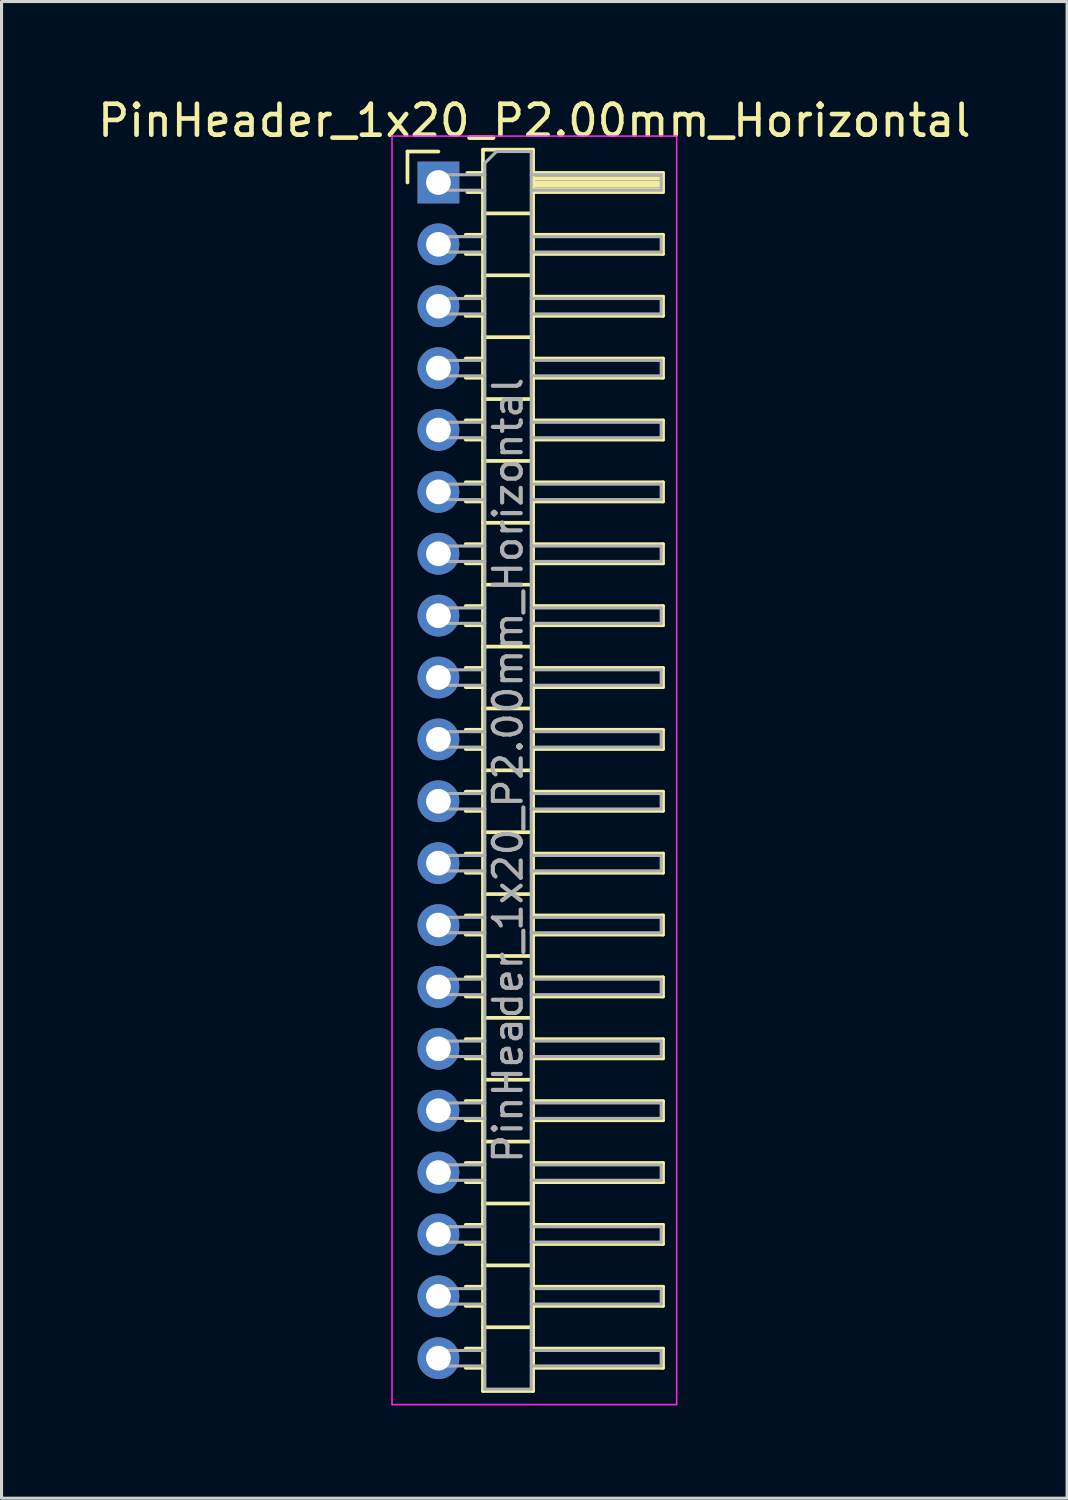
<source format=kicad_pcb>
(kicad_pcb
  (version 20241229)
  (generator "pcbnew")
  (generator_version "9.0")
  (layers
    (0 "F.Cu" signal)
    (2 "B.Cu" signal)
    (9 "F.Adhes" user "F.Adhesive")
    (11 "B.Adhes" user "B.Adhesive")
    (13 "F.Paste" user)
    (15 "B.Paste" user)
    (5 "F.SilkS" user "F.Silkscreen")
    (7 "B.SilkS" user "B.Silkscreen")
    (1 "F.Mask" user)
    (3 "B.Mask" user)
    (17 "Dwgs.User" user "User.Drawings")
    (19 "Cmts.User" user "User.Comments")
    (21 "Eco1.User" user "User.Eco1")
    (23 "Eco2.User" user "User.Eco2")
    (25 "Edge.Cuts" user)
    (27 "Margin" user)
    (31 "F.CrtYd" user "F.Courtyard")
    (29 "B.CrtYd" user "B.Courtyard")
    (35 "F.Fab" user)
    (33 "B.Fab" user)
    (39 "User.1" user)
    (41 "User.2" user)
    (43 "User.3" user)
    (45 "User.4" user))
  (footprint "PinHeader_1x20_P2.00mm_Horizontal"
    (layer "F.Cu")
    (at 11.12 2.848)
    (property "Reference" "PinHeader_1x20_P2.00mm_Horizontal" (at 3.1 -2 0) (layer "F.SilkS") (effects (font (size 1 1) (thickness 0.15))))
    (attr through_hole)
    (fp_line (start -1 -1) (end 0 -1) (stroke (width 0.12) (type solid)) (layer "F.SilkS"))
    (fp_line (start -1 0) (end -1 -1) (stroke (width 0.12) (type solid)) (layer "F.SilkS"))
    (fp_line (start 0.882 1.69) (end 1.44 1.69) (stroke (width 0.12) (type solid)) (layer "F.SilkS"))
    (fp_line (start 0.882 2.31) (end 1.44 2.31) (stroke (width 0.12) (type solid)) (layer "F.SilkS"))
    (fp_line (start 0.882 3.69) (end 1.44 3.69) (stroke (width 0.12) (type solid)) (layer "F.SilkS"))
    (fp_line (start 0.882 4.31) (end 1.44 4.31) (stroke (width 0.12) (type solid)) (layer "F.SilkS"))
    (fp_line (start 0.882 5.69) (end 1.44 5.69) (stroke (width 0.12) (type solid)) (layer "F.SilkS"))
    (fp_line (start 0.882 6.31) (end 1.44 6.31) (stroke (width 0.12) (type solid)) (layer "F.SilkS"))
    (fp_line (start 0.882 7.69) (end 1.44 7.69) (stroke (width 0.12) (type solid)) (layer "F.SilkS"))
    (fp_line (start 0.882 8.31) (end 1.44 8.31) (stroke (width 0.12) (type solid)) (layer "F.SilkS"))
    (fp_line (start 0.882 9.69) (end 1.44 9.69) (stroke (width 0.12) (type solid)) (layer "F.SilkS"))
    (fp_line (start 0.882 10.31) (end 1.44 10.31) (stroke (width 0.12) (type solid)) (layer "F.SilkS"))
    (fp_line (start 0.882 11.69) (end 1.44 11.69) (stroke (width 0.12) (type solid)) (layer "F.SilkS"))
    (fp_line (start 0.882 12.31) (end 1.44 12.31) (stroke (width 0.12) (type solid)) (layer "F.SilkS"))
    (fp_line (start 0.882 13.69) (end 1.44 13.69) (stroke (width 0.12) (type solid)) (layer "F.SilkS"))
    (fp_line (start 0.882 14.31) (end 1.44 14.31) (stroke (width 0.12) (type solid)) (layer "F.SilkS"))
    (fp_line (start 0.882 15.69) (end 1.44 15.69) (stroke (width 0.12) (type solid)) (layer "F.SilkS"))
    (fp_line (start 0.882 16.31) (end 1.44 16.31) (stroke (width 0.12) (type solid)) (layer "F.SilkS"))
    (fp_line (start 0.882 17.69) (end 1.44 17.69) (stroke (width 0.12) (type solid)) (layer "F.SilkS"))
    (fp_line (start 0.882 18.31) (end 1.44 18.31) (stroke (width 0.12) (type solid)) (layer "F.SilkS"))
    (fp_line (start 0.882 19.69) (end 1.44 19.69) (stroke (width 0.12) (type solid)) (layer "F.SilkS"))
    (fp_line (start 0.882 20.31) (end 1.44 20.31) (stroke (width 0.12) (type solid)) (layer "F.SilkS"))
    (fp_line (start 0.882 21.69) (end 1.44 21.69) (stroke (width 0.12) (type solid)) (layer "F.SilkS"))
    (fp_line (start 0.882 22.31) (end 1.44 22.31) (stroke (width 0.12) (type solid)) (layer "F.SilkS"))
    (fp_line (start 0.882 23.69) (end 1.44 23.69) (stroke (width 0.12) (type solid)) (layer "F.SilkS"))
    (fp_line (start 0.882 24.31) (end 1.44 24.31) (stroke (width 0.12) (type solid)) (layer "F.SilkS"))
    (fp_line (start 0.882 25.69) (end 1.44 25.69) (stroke (width 0.12) (type solid)) (layer "F.SilkS"))
    (fp_line (start 0.882 26.31) (end 1.44 26.31) (stroke (width 0.12) (type solid)) (layer "F.SilkS"))
    (fp_line (start 0.882 27.69) (end 1.44 27.69) (stroke (width 0.12) (type solid)) (layer "F.SilkS"))
    (fp_line (start 0.882 28.31) (end 1.44 28.31) (stroke (width 0.12) (type solid)) (layer "F.SilkS"))
    (fp_line (start 0.882 29.69) (end 1.44 29.69) (stroke (width 0.12) (type solid)) (layer "F.SilkS"))
    (fp_line (start 0.882 30.31) (end 1.44 30.31) (stroke (width 0.12) (type solid)) (layer "F.SilkS"))
    (fp_line (start 0.882 31.69) (end 1.44 31.69) (stroke (width 0.12) (type solid)) (layer "F.SilkS"))
    (fp_line (start 0.882 32.31) (end 1.44 32.31) (stroke (width 0.12) (type solid)) (layer "F.SilkS"))
    (fp_line (start 0.882 33.69) (end 1.44 33.69) (stroke (width 0.12) (type solid)) (layer "F.SilkS"))
    (fp_line (start 0.882 34.31) (end 1.44 34.31) (stroke (width 0.12) (type solid)) (layer "F.SilkS"))
    (fp_line (start 0.882 35.69) (end 1.44 35.69) (stroke (width 0.12) (type solid)) (layer "F.SilkS"))
    (fp_line (start 0.882 36.31) (end 1.44 36.31) (stroke (width 0.12) (type solid)) (layer "F.SilkS"))
    (fp_line (start 0.882 37.69) (end 1.44 37.69) (stroke (width 0.12) (type solid)) (layer "F.SilkS"))
    (fp_line (start 0.882 38.31) (end 1.44 38.31) (stroke (width 0.12) (type solid)) (layer "F.SilkS"))
    (fp_line (start 0.935 -0.31) (end 1.44 -0.31) (stroke (width 0.12) (type solid)) (layer "F.SilkS"))
    (fp_line (start 0.935 0.31) (end 1.44 0.31) (stroke (width 0.12) (type solid)) (layer "F.SilkS"))
    (fp_line (start 1.44 -1.06) (end 1.44 39.06) (stroke (width 0.12) (type solid)) (layer "F.SilkS"))
    (fp_line (start 1.44 1) (end 3.06 1) (stroke (width 0.12) (type solid)) (layer "F.SilkS"))
    (fp_line (start 1.44 3) (end 3.06 3) (stroke (width 0.12) (type solid)) (layer "F.SilkS"))
    (fp_line (start 1.44 5) (end 3.06 5) (stroke (width 0.12) (type solid)) (layer "F.SilkS"))
    (fp_line (start 1.44 7) (end 3.06 7) (stroke (width 0.12) (type solid)) (layer "F.SilkS"))
    (fp_line (start 1.44 9) (end 3.06 9) (stroke (width 0.12) (type solid)) (layer "F.SilkS"))
    (fp_line (start 1.44 11) (end 3.06 11) (stroke (width 0.12) (type solid)) (layer "F.SilkS"))
    (fp_line (start 1.44 13) (end 3.06 13) (stroke (width 0.12) (type solid)) (layer "F.SilkS"))
    (fp_line (start 1.44 15) (end 3.06 15) (stroke (width 0.12) (type solid)) (layer "F.SilkS"))
    (fp_line (start 1.44 17) (end 3.06 17) (stroke (width 0.12) (type solid)) (layer "F.SilkS"))
    (fp_line (start 1.44 19) (end 3.06 19) (stroke (width 0.12) (type solid)) (layer "F.SilkS"))
    (fp_line (start 1.44 21) (end 3.06 21) (stroke (width 0.12) (type solid)) (layer "F.SilkS"))
    (fp_line (start 1.44 23) (end 3.06 23) (stroke (width 0.12) (type solid)) (layer "F.SilkS"))
    (fp_line (start 1.44 25) (end 3.06 25) (stroke (width 0.12) (type solid)) (layer "F.SilkS"))
    (fp_line (start 1.44 27) (end 3.06 27) (stroke (width 0.12) (type solid)) (layer "F.SilkS"))
    (fp_line (start 1.44 29) (end 3.06 29) (stroke (width 0.12) (type solid)) (layer "F.SilkS"))
    (fp_line (start 1.44 31) (end 3.06 31) (stroke (width 0.12) (type solid)) (layer "F.SilkS"))
    (fp_line (start 1.44 33) (end 3.06 33) (stroke (width 0.12) (type solid)) (layer "F.SilkS"))
    (fp_line (start 1.44 35) (end 3.06 35) (stroke (width 0.12) (type solid)) (layer "F.SilkS"))
    (fp_line (start 1.44 37) (end 3.06 37) (stroke (width 0.12) (type solid)) (layer "F.SilkS"))
    (fp_line (start 1.44 39.06) (end 3.06 39.06) (stroke (width 0.12) (type solid)) (layer "F.SilkS"))
    (fp_line (start 3.06 -1.06) (end 1.44 -1.06) (stroke (width 0.12) (type solid)) (layer "F.SilkS"))
    (fp_line (start 3.06 -0.31) (end 7.26 -0.31) (stroke (width 0.12) (type solid)) (layer "F.SilkS"))
    (fp_line (start 3.06 -0.25) (end 7.26 -0.25) (stroke (width 0.12) (type solid)) (layer "F.SilkS"))
    (fp_line (start 3.06 -0.13) (end 7.26 -0.13) (stroke (width 0.12) (type solid)) (layer "F.SilkS"))
    (fp_line (start 3.06 -0.01) (end 7.26 -0.01) (stroke (width 0.12) (type solid)) (layer "F.SilkS"))
    (fp_line (start 3.06 0.11) (end 7.26 0.11) (stroke (width 0.12) (type solid)) (layer "F.SilkS"))
    (fp_line (start 3.06 0.23) (end 7.26 0.23) (stroke (width 0.12) (type solid)) (layer "F.SilkS"))
    (fp_line (start 3.06 1.69) (end 7.26 1.69) (stroke (width 0.12) (type solid)) (layer "F.SilkS"))
    (fp_line (start 3.06 3.69) (end 7.26 3.69) (stroke (width 0.12) (type solid)) (layer "F.SilkS"))
    (fp_line (start 3.06 5.69) (end 7.26 5.69) (stroke (width 0.12) (type solid)) (layer "F.SilkS"))
    (fp_line (start 3.06 7.69) (end 7.26 7.69) (stroke (width 0.12) (type solid)) (layer "F.SilkS"))
    (fp_line (start 3.06 9.69) (end 7.26 9.69) (stroke (width 0.12) (type solid)) (layer "F.SilkS"))
    (fp_line (start 3.06 11.69) (end 7.26 11.69) (stroke (width 0.12) (type solid)) (layer "F.SilkS"))
    (fp_line (start 3.06 13.69) (end 7.26 13.69) (stroke (width 0.12) (type solid)) (layer "F.SilkS"))
    (fp_line (start 3.06 15.69) (end 7.26 15.69) (stroke (width 0.12) (type solid)) (layer "F.SilkS"))
    (fp_line (start 3.06 17.69) (end 7.26 17.69) (stroke (width 0.12) (type solid)) (layer "F.SilkS"))
    (fp_line (start 3.06 19.69) (end 7.26 19.69) (stroke (width 0.12) (type solid)) (layer "F.SilkS"))
    (fp_line (start 3.06 21.69) (end 7.26 21.69) (stroke (width 0.12) (type solid)) (layer "F.SilkS"))
    (fp_line (start 3.06 23.69) (end 7.26 23.69) (stroke (width 0.12) (type solid)) (layer "F.SilkS"))
    (fp_line (start 3.06 25.69) (end 7.26 25.69) (stroke (width 0.12) (type solid)) (layer "F.SilkS"))
    (fp_line (start 3.06 27.69) (end 7.26 27.69) (stroke (width 0.12) (type solid)) (layer "F.SilkS"))
    (fp_line (start 3.06 29.69) (end 7.26 29.69) (stroke (width 0.12) (type solid)) (layer "F.SilkS"))
    (fp_line (start 3.06 31.69) (end 7.26 31.69) (stroke (width 0.12) (type solid)) (layer "F.SilkS"))
    (fp_line (start 3.06 33.69) (end 7.26 33.69) (stroke (width 0.12) (type solid)) (layer "F.SilkS"))
    (fp_line (start 3.06 35.69) (end 7.26 35.69) (stroke (width 0.12) (type solid)) (layer "F.SilkS"))
    (fp_line (start 3.06 37.69) (end 7.26 37.69) (stroke (width 0.12) (type solid)) (layer "F.SilkS"))
    (fp_line (start 3.06 39.06) (end 3.06 -1.06) (stroke (width 0.12) (type solid)) (layer "F.SilkS"))
    (fp_line (start 7.26 -0.31) (end 7.26 0.31) (stroke (width 0.12) (type solid)) (layer "F.SilkS"))
    (fp_line (start 7.26 0.31) (end 3.06 0.31) (stroke (width 0.12) (type solid)) (layer "F.SilkS"))
    (fp_line (start 7.26 1.69) (end 7.26 2.31) (stroke (width 0.12) (type solid)) (layer "F.SilkS"))
    (fp_line (start 7.26 2.31) (end 3.06 2.31) (stroke (width 0.12) (type solid)) (layer "F.SilkS"))
    (fp_line (start 7.26 3.69) (end 7.26 4.31) (stroke (width 0.12) (type solid)) (layer "F.SilkS"))
    (fp_line (start 7.26 4.31) (end 3.06 4.31) (stroke (width 0.12) (type solid)) (layer "F.SilkS"))
    (fp_line (start 7.26 5.69) (end 7.26 6.31) (stroke (width 0.12) (type solid)) (layer "F.SilkS"))
    (fp_line (start 7.26 6.31) (end 3.06 6.31) (stroke (width 0.12) (type solid)) (layer "F.SilkS"))
    (fp_line (start 7.26 7.69) (end 7.26 8.31) (stroke (width 0.12) (type solid)) (layer "F.SilkS"))
    (fp_line (start 7.26 8.31) (end 3.06 8.31) (stroke (width 0.12) (type solid)) (layer "F.SilkS"))
    (fp_line (start 7.26 9.69) (end 7.26 10.31) (stroke (width 0.12) (type solid)) (layer "F.SilkS"))
    (fp_line (start 7.26 10.31) (end 3.06 10.31) (stroke (width 0.12) (type solid)) (layer "F.SilkS"))
    (fp_line (start 7.26 11.69) (end 7.26 12.31) (stroke (width 0.12) (type solid)) (layer "F.SilkS"))
    (fp_line (start 7.26 12.31) (end 3.06 12.31) (stroke (width 0.12) (type solid)) (layer "F.SilkS"))
    (fp_line (start 7.26 13.69) (end 7.26 14.31) (stroke (width 0.12) (type solid)) (layer "F.SilkS"))
    (fp_line (start 7.26 14.31) (end 3.06 14.31) (stroke (width 0.12) (type solid)) (layer "F.SilkS"))
    (fp_line (start 7.26 15.69) (end 7.26 16.31) (stroke (width 0.12) (type solid)) (layer "F.SilkS"))
    (fp_line (start 7.26 16.31) (end 3.06 16.31) (stroke (width 0.12) (type solid)) (layer "F.SilkS"))
    (fp_line (start 7.26 17.69) (end 7.26 18.31) (stroke (width 0.12) (type solid)) (layer "F.SilkS"))
    (fp_line (start 7.26 18.31) (end 3.06 18.31) (stroke (width 0.12) (type solid)) (layer "F.SilkS"))
    (fp_line (start 7.26 19.69) (end 7.26 20.31) (stroke (width 0.12) (type solid)) (layer "F.SilkS"))
    (fp_line (start 7.26 20.31) (end 3.06 20.31) (stroke (width 0.12) (type solid)) (layer "F.SilkS"))
    (fp_line (start 7.26 21.69) (end 7.26 22.31) (stroke (width 0.12) (type solid)) (layer "F.SilkS"))
    (fp_line (start 7.26 22.31) (end 3.06 22.31) (stroke (width 0.12) (type solid)) (layer "F.SilkS"))
    (fp_line (start 7.26 23.69) (end 7.26 24.31) (stroke (width 0.12) (type solid)) (layer "F.SilkS"))
    (fp_line (start 7.26 24.31) (end 3.06 24.31) (stroke (width 0.12) (type solid)) (layer "F.SilkS"))
    (fp_line (start 7.26 25.69) (end 7.26 26.31) (stroke (width 0.12) (type solid)) (layer "F.SilkS"))
    (fp_line (start 7.26 26.31) (end 3.06 26.31) (stroke (width 0.12) (type solid)) (layer "F.SilkS"))
    (fp_line (start 7.26 27.69) (end 7.26 28.31) (stroke (width 0.12) (type solid)) (layer "F.SilkS"))
    (fp_line (start 7.26 28.31) (end 3.06 28.31) (stroke (width 0.12) (type solid)) (layer "F.SilkS"))
    (fp_line (start 7.26 29.69) (end 7.26 30.31) (stroke (width 0.12) (type solid)) (layer "F.SilkS"))
    (fp_line (start 7.26 30.31) (end 3.06 30.31) (stroke (width 0.12) (type solid)) (layer "F.SilkS"))
    (fp_line (start 7.26 31.69) (end 7.26 32.31) (stroke (width 0.12) (type solid)) (layer "F.SilkS"))
    (fp_line (start 7.26 32.31) (end 3.06 32.31) (stroke (width 0.12) (type solid)) (layer "F.SilkS"))
    (fp_line (start 7.26 33.69) (end 7.26 34.31) (stroke (width 0.12) (type solid)) (layer "F.SilkS"))
    (fp_line (start 7.26 34.31) (end 3.06 34.31) (stroke (width 0.12) (type solid)) (layer "F.SilkS"))
    (fp_line (start 7.26 35.69) (end 7.26 36.31) (stroke (width 0.12) (type solid)) (layer "F.SilkS"))
    (fp_line (start 7.26 36.31) (end 3.06 36.31) (stroke (width 0.12) (type solid)) (layer "F.SilkS"))
    (fp_line (start 7.26 37.69) (end 7.26 38.31) (stroke (width 0.12) (type solid)) (layer "F.SilkS"))
    (fp_line (start 7.26 38.31) (end 3.06 38.31) (stroke (width 0.12) (type solid)) (layer "F.SilkS"))
    (fp_line (start -1.5 -1.5) (end -1.5 39.5) (stroke (width 0.05) (type solid)) (layer "F.CrtYd"))
    (fp_line (start -1.5 39.5) (end 7.7 39.5) (stroke (width 0.05) (type solid)) (layer "F.CrtYd"))
    (fp_line (start 7.7 -1.5) (end -1.5 -1.5) (stroke (width 0.05) (type solid)) (layer "F.CrtYd"))
    (fp_line (start 7.7 39.5) (end 7.7 -1.5) (stroke (width 0.05) (type solid)) (layer "F.CrtYd"))
    (fp_line (start -0.25 -0.25) (end -0.25 0.25) (stroke (width 0.1) (type solid)) (layer "F.Fab"))
    (fp_line (start -0.25 -0.25) (end 1.5 -0.25) (stroke (width 0.1) (type solid)) (layer "F.Fab"))
    (fp_line (start -0.25 0.25) (end 1.5 0.25) (stroke (width 0.1) (type solid)) (layer "F.Fab"))
    (fp_line (start -0.25 1.75) (end -0.25 2.25) (stroke (width 0.1) (type solid)) (layer "F.Fab"))
    (fp_line (start -0.25 1.75) (end 1.5 1.75) (stroke (width 0.1) (type solid)) (layer "F.Fab"))
    (fp_line (start -0.25 2.25) (end 1.5 2.25) (stroke (width 0.1) (type solid)) (layer "F.Fab"))
    (fp_line (start -0.25 3.75) (end -0.25 4.25) (stroke (width 0.1) (type solid)) (layer "F.Fab"))
    (fp_line (start -0.25 3.75) (end 1.5 3.75) (stroke (width 0.1) (type solid)) (layer "F.Fab"))
    (fp_line (start -0.25 4.25) (end 1.5 4.25) (stroke (width 0.1) (type solid)) (layer "F.Fab"))
    (fp_line (start -0.25 5.75) (end -0.25 6.25) (stroke (width 0.1) (type solid)) (layer "F.Fab"))
    (fp_line (start -0.25 5.75) (end 1.5 5.75) (stroke (width 0.1) (type solid)) (layer "F.Fab"))
    (fp_line (start -0.25 6.25) (end 1.5 6.25) (stroke (width 0.1) (type solid)) (layer "F.Fab"))
    (fp_line (start -0.25 7.75) (end -0.25 8.25) (stroke (width 0.1) (type solid)) (layer "F.Fab"))
    (fp_line (start -0.25 7.75) (end 1.5 7.75) (stroke (width 0.1) (type solid)) (layer "F.Fab"))
    (fp_line (start -0.25 8.25) (end 1.5 8.25) (stroke (width 0.1) (type solid)) (layer "F.Fab"))
    (fp_line (start -0.25 9.75) (end -0.25 10.25) (stroke (width 0.1) (type solid)) (layer "F.Fab"))
    (fp_line (start -0.25 9.75) (end 1.5 9.75) (stroke (width 0.1) (type solid)) (layer "F.Fab"))
    (fp_line (start -0.25 10.25) (end 1.5 10.25) (stroke (width 0.1) (type solid)) (layer "F.Fab"))
    (fp_line (start -0.25 11.75) (end -0.25 12.25) (stroke (width 0.1) (type solid)) (layer "F.Fab"))
    (fp_line (start -0.25 11.75) (end 1.5 11.75) (stroke (width 0.1) (type solid)) (layer "F.Fab"))
    (fp_line (start -0.25 12.25) (end 1.5 12.25) (stroke (width 0.1) (type solid)) (layer "F.Fab"))
    (fp_line (start -0.25 13.75) (end -0.25 14.25) (stroke (width 0.1) (type solid)) (layer "F.Fab"))
    (fp_line (start -0.25 13.75) (end 1.5 13.75) (stroke (width 0.1) (type solid)) (layer "F.Fab"))
    (fp_line (start -0.25 14.25) (end 1.5 14.25) (stroke (width 0.1) (type solid)) (layer "F.Fab"))
    (fp_line (start -0.25 15.75) (end -0.25 16.25) (stroke (width 0.1) (type solid)) (layer "F.Fab"))
    (fp_line (start -0.25 15.75) (end 1.5 15.75) (stroke (width 0.1) (type solid)) (layer "F.Fab"))
    (fp_line (start -0.25 16.25) (end 1.5 16.25) (stroke (width 0.1) (type solid)) (layer "F.Fab"))
    (fp_line (start -0.25 17.75) (end -0.25 18.25) (stroke (width 0.1) (type solid)) (layer "F.Fab"))
    (fp_line (start -0.25 17.75) (end 1.5 17.75) (stroke (width 0.1) (type solid)) (layer "F.Fab"))
    (fp_line (start -0.25 18.25) (end 1.5 18.25) (stroke (width 0.1) (type solid)) (layer "F.Fab"))
    (fp_line (start -0.25 19.75) (end -0.25 20.25) (stroke (width 0.1) (type solid)) (layer "F.Fab"))
    (fp_line (start -0.25 19.75) (end 1.5 19.75) (stroke (width 0.1) (type solid)) (layer "F.Fab"))
    (fp_line (start -0.25 20.25) (end 1.5 20.25) (stroke (width 0.1) (type solid)) (layer "F.Fab"))
    (fp_line (start -0.25 21.75) (end -0.25 22.25) (stroke (width 0.1) (type solid)) (layer "F.Fab"))
    (fp_line (start -0.25 21.75) (end 1.5 21.75) (stroke (width 0.1) (type solid)) (layer "F.Fab"))
    (fp_line (start -0.25 22.25) (end 1.5 22.25) (stroke (width 0.1) (type solid)) (layer "F.Fab"))
    (fp_line (start -0.25 23.75) (end -0.25 24.25) (stroke (width 0.1) (type solid)) (layer "F.Fab"))
    (fp_line (start -0.25 23.75) (end 1.5 23.75) (stroke (width 0.1) (type solid)) (layer "F.Fab"))
    (fp_line (start -0.25 24.25) (end 1.5 24.25) (stroke (width 0.1) (type solid)) (layer "F.Fab"))
    (fp_line (start -0.25 25.75) (end -0.25 26.25) (stroke (width 0.1) (type solid)) (layer "F.Fab"))
    (fp_line (start -0.25 25.75) (end 1.5 25.75) (stroke (width 0.1) (type solid)) (layer "F.Fab"))
    (fp_line (start -0.25 26.25) (end 1.5 26.25) (stroke (width 0.1) (type solid)) (layer "F.Fab"))
    (fp_line (start -0.25 27.75) (end -0.25 28.25) (stroke (width 0.1) (type solid)) (layer "F.Fab"))
    (fp_line (start -0.25 27.75) (end 1.5 27.75) (stroke (width 0.1) (type solid)) (layer "F.Fab"))
    (fp_line (start -0.25 28.25) (end 1.5 28.25) (stroke (width 0.1) (type solid)) (layer "F.Fab"))
    (fp_line (start -0.25 29.75) (end -0.25 30.25) (stroke (width 0.1) (type solid)) (layer "F.Fab"))
    (fp_line (start -0.25 29.75) (end 1.5 29.75) (stroke (width 0.1) (type solid)) (layer "F.Fab"))
    (fp_line (start -0.25 30.25) (end 1.5 30.25) (stroke (width 0.1) (type solid)) (layer "F.Fab"))
    (fp_line (start -0.25 31.75) (end -0.25 32.25) (stroke (width 0.1) (type solid)) (layer "F.Fab"))
    (fp_line (start -0.25 31.75) (end 1.5 31.75) (stroke (width 0.1) (type solid)) (layer "F.Fab"))
    (fp_line (start -0.25 32.25) (end 1.5 32.25) (stroke (width 0.1) (type solid)) (layer "F.Fab"))
    (fp_line (start -0.25 33.75) (end -0.25 34.25) (stroke (width 0.1) (type solid)) (layer "F.Fab"))
    (fp_line (start -0.25 33.75) (end 1.5 33.75) (stroke (width 0.1) (type solid)) (layer "F.Fab"))
    (fp_line (start -0.25 34.25) (end 1.5 34.25) (stroke (width 0.1) (type solid)) (layer "F.Fab"))
    (fp_line (start -0.25 35.75) (end -0.25 36.25) (stroke (width 0.1) (type solid)) (layer "F.Fab"))
    (fp_line (start -0.25 35.75) (end 1.5 35.75) (stroke (width 0.1) (type solid)) (layer "F.Fab"))
    (fp_line (start -0.25 36.25) (end 1.5 36.25) (stroke (width 0.1) (type solid)) (layer "F.Fab"))
    (fp_line (start -0.25 37.75) (end -0.25 38.25) (stroke (width 0.1) (type solid)) (layer "F.Fab"))
    (fp_line (start -0.25 37.75) (end 1.5 37.75) (stroke (width 0.1) (type solid)) (layer "F.Fab"))
    (fp_line (start -0.25 38.25) (end 1.5 38.25) (stroke (width 0.1) (type solid)) (layer "F.Fab"))
    (fp_line (start 1.5 -0.625) (end 1.875 -1) (stroke (width 0.1) (type solid)) (layer "F.Fab"))
    (fp_line (start 1.5 39) (end 1.5 -0.625) (stroke (width 0.1) (type solid)) (layer "F.Fab"))
    (fp_line (start 1.875 -1) (end 3 -1) (stroke (width 0.1) (type solid)) (layer "F.Fab"))
    (fp_line (start 3 -1) (end 3 39) (stroke (width 0.1) (type solid)) (layer "F.Fab"))
    (fp_line (start 3 -0.25) (end 7.2 -0.25) (stroke (width 0.1) (type solid)) (layer "F.Fab"))
    (fp_line (start 3 0.25) (end 7.2 0.25) (stroke (width 0.1) (type solid)) (layer "F.Fab"))
    (fp_line (start 3 1.75) (end 7.2 1.75) (stroke (width 0.1) (type solid)) (layer "F.Fab"))
    (fp_line (start 3 2.25) (end 7.2 2.25) (stroke (width 0.1) (type solid)) (layer "F.Fab"))
    (fp_line (start 3 3.75) (end 7.2 3.75) (stroke (width 0.1) (type solid)) (layer "F.Fab"))
    (fp_line (start 3 4.25) (end 7.2 4.25) (stroke (width 0.1) (type solid)) (layer "F.Fab"))
    (fp_line (start 3 5.75) (end 7.2 5.75) (stroke (width 0.1) (type solid)) (layer "F.Fab"))
    (fp_line (start 3 6.25) (end 7.2 6.25) (stroke (width 0.1) (type solid)) (layer "F.Fab"))
    (fp_line (start 3 7.75) (end 7.2 7.75) (stroke (width 0.1) (type solid)) (layer "F.Fab"))
    (fp_line (start 3 8.25) (end 7.2 8.25) (stroke (width 0.1) (type solid)) (layer "F.Fab"))
    (fp_line (start 3 9.75) (end 7.2 9.75) (stroke (width 0.1) (type solid)) (layer "F.Fab"))
    (fp_line (start 3 10.25) (end 7.2 10.25) (stroke (width 0.1) (type solid)) (layer "F.Fab"))
    (fp_line (start 3 11.75) (end 7.2 11.75) (stroke (width 0.1) (type solid)) (layer "F.Fab"))
    (fp_line (start 3 12.25) (end 7.2 12.25) (stroke (width 0.1) (type solid)) (layer "F.Fab"))
    (fp_line (start 3 13.75) (end 7.2 13.75) (stroke (width 0.1) (type solid)) (layer "F.Fab"))
    (fp_line (start 3 14.25) (end 7.2 14.25) (stroke (width 0.1) (type solid)) (layer "F.Fab"))
    (fp_line (start 3 15.75) (end 7.2 15.75) (stroke (width 0.1) (type solid)) (layer "F.Fab"))
    (fp_line (start 3 16.25) (end 7.2 16.25) (stroke (width 0.1) (type solid)) (layer "F.Fab"))
    (fp_line (start 3 17.75) (end 7.2 17.75) (stroke (width 0.1) (type solid)) (layer "F.Fab"))
    (fp_line (start 3 18.25) (end 7.2 18.25) (stroke (width 0.1) (type solid)) (layer "F.Fab"))
    (fp_line (start 3 19.75) (end 7.2 19.75) (stroke (width 0.1) (type solid)) (layer "F.Fab"))
    (fp_line (start 3 20.25) (end 7.2 20.25) (stroke (width 0.1) (type solid)) (layer "F.Fab"))
    (fp_line (start 3 21.75) (end 7.2 21.75) (stroke (width 0.1) (type solid)) (layer "F.Fab"))
    (fp_line (start 3 22.25) (end 7.2 22.25) (stroke (width 0.1) (type solid)) (layer "F.Fab"))
    (fp_line (start 3 23.75) (end 7.2 23.75) (stroke (width 0.1) (type solid)) (layer "F.Fab"))
    (fp_line (start 3 24.25) (end 7.2 24.25) (stroke (width 0.1) (type solid)) (layer "F.Fab"))
    (fp_line (start 3 25.75) (end 7.2 25.75) (stroke (width 0.1) (type solid)) (layer "F.Fab"))
    (fp_line (start 3 26.25) (end 7.2 26.25) (stroke (width 0.1) (type solid)) (layer "F.Fab"))
    (fp_line (start 3 27.75) (end 7.2 27.75) (stroke (width 0.1) (type solid)) (layer "F.Fab"))
    (fp_line (start 3 28.25) (end 7.2 28.25) (stroke (width 0.1) (type solid)) (layer "F.Fab"))
    (fp_line (start 3 29.75) (end 7.2 29.75) (stroke (width 0.1) (type solid)) (layer "F.Fab"))
    (fp_line (start 3 30.25) (end 7.2 30.25) (stroke (width 0.1) (type solid)) (layer "F.Fab"))
    (fp_line (start 3 31.75) (end 7.2 31.75) (stroke (width 0.1) (type solid)) (layer "F.Fab"))
    (fp_line (start 3 32.25) (end 7.2 32.25) (stroke (width 0.1) (type solid)) (layer "F.Fab"))
    (fp_line (start 3 33.75) (end 7.2 33.75) (stroke (width 0.1) (type solid)) (layer "F.Fab"))
    (fp_line (start 3 34.25) (end 7.2 34.25) (stroke (width 0.1) (type solid)) (layer "F.Fab"))
    (fp_line (start 3 35.75) (end 7.2 35.75) (stroke (width 0.1) (type solid)) (layer "F.Fab"))
    (fp_line (start 3 36.25) (end 7.2 36.25) (stroke (width 0.1) (type solid)) (layer "F.Fab"))
    (fp_line (start 3 37.75) (end 7.2 37.75) (stroke (width 0.1) (type solid)) (layer "F.Fab"))
    (fp_line (start 3 38.25) (end 7.2 38.25) (stroke (width 0.1) (type solid)) (layer "F.Fab"))
    (fp_line (start 3 39) (end 1.5 39) (stroke (width 0.1) (type solid)) (layer "F.Fab"))
    (fp_line (start 7.2 -0.25) (end 7.2 0.25) (stroke (width 0.1) (type solid)) (layer "F.Fab"))
    (fp_line (start 7.2 1.75) (end 7.2 2.25) (stroke (width 0.1) (type solid)) (layer "F.Fab"))
    (fp_line (start 7.2 3.75) (end 7.2 4.25) (stroke (width 0.1) (type solid)) (layer "F.Fab"))
    (fp_line (start 7.2 5.75) (end 7.2 6.25) (stroke (width 0.1) (type solid)) (layer "F.Fab"))
    (fp_line (start 7.2 7.75) (end 7.2 8.25) (stroke (width 0.1) (type solid)) (layer "F.Fab"))
    (fp_line (start 7.2 9.75) (end 7.2 10.25) (stroke (width 0.1) (type solid)) (layer "F.Fab"))
    (fp_line (start 7.2 11.75) (end 7.2 12.25) (stroke (width 0.1) (type solid)) (layer "F.Fab"))
    (fp_line (start 7.2 13.75) (end 7.2 14.25) (stroke (width 0.1) (type solid)) (layer "F.Fab"))
    (fp_line (start 7.2 15.75) (end 7.2 16.25) (stroke (width 0.1) (type solid)) (layer "F.Fab"))
    (fp_line (start 7.2 17.75) (end 7.2 18.25) (stroke (width 0.1) (type solid)) (layer "F.Fab"))
    (fp_line (start 7.2 19.75) (end 7.2 20.25) (stroke (width 0.1) (type solid)) (layer "F.Fab"))
    (fp_line (start 7.2 21.75) (end 7.2 22.25) (stroke (width 0.1) (type solid)) (layer "F.Fab"))
    (fp_line (start 7.2 23.75) (end 7.2 24.25) (stroke (width 0.1) (type solid)) (layer "F.Fab"))
    (fp_line (start 7.2 25.75) (end 7.2 26.25) (stroke (width 0.1) (type solid)) (layer "F.Fab"))
    (fp_line (start 7.2 27.75) (end 7.2 28.25) (stroke (width 0.1) (type solid)) (layer "F.Fab"))
    (fp_line (start 7.2 29.75) (end 7.2 30.25) (stroke (width 0.1) (type solid)) (layer "F.Fab"))
    (fp_line (start 7.2 31.75) (end 7.2 32.25) (stroke (width 0.1) (type solid)) (layer "F.Fab"))
    (fp_line (start 7.2 33.75) (end 7.2 34.25) (stroke (width 0.1) (type solid)) (layer "F.Fab"))
    (fp_line (start 7.2 35.75) (end 7.2 36.25) (stroke (width 0.1) (type solid)) (layer "F.Fab"))
    (fp_line (start 7.2 37.75) (end 7.2 38.25) (stroke (width 0.1) (type solid)) (layer "F.Fab"))
    (fp_text user "${REFERENCE}" (at 2.25 19 90) (layer "F.Fab") (effects (font (size 0.9 0.9) (thickness 0.135))))
    (pad "1" thru_hole rect (at 0 0) (size 1.35 1.35) (drill 0.8) (layers "*.Cu" "*.Mask"))
    (pad "2" thru_hole oval (at 0 2) (size 1.35 1.35) (drill 0.8) (layers "*.Cu" "*.Mask"))
    (pad "3" thru_hole oval (at 0 4) (size 1.35 1.35) (drill 0.8) (layers "*.Cu" "*.Mask"))
    (pad "4" thru_hole oval (at 0 6) (size 1.35 1.35) (drill 0.8) (layers "*.Cu" "*.Mask"))
    (pad "5" thru_hole oval (at 0 8) (size 1.35 1.35) (drill 0.8) (layers "*.Cu" "*.Mask"))
    (pad "6" thru_hole oval (at 0 10) (size 1.35 1.35) (drill 0.8) (layers "*.Cu" "*.Mask"))
    (pad "7" thru_hole oval (at 0 12) (size 1.35 1.35) (drill 0.8) (layers "*.Cu" "*.Mask"))
    (pad "8" thru_hole oval (at 0 14) (size 1.35 1.35) (drill 0.8) (layers "*.Cu" "*.Mask"))
    (pad "9" thru_hole oval (at 0 16) (size 1.35 1.35) (drill 0.8) (layers "*.Cu" "*.Mask"))
    (pad "10" thru_hole oval (at 0 18) (size 1.35 1.35) (drill 0.8) (layers "*.Cu" "*.Mask"))
    (pad "11" thru_hole oval (at 0 20) (size 1.35 1.35) (drill 0.8) (layers "*.Cu" "*.Mask"))
    (pad "12" thru_hole oval (at 0 22) (size 1.35 1.35) (drill 0.8) (layers "*.Cu" "*.Mask"))
    (pad "13" thru_hole oval (at 0 24) (size 1.35 1.35) (drill 0.8) (layers "*.Cu" "*.Mask"))
    (pad "14" thru_hole oval (at 0 26) (size 1.35 1.35) (drill 0.8) (layers "*.Cu" "*.Mask"))
    (pad "15" thru_hole oval (at 0 28) (size 1.35 1.35) (drill 0.8) (layers "*.Cu" "*.Mask"))
    (pad "16" thru_hole oval (at 0 30) (size 1.35 1.35) (drill 0.8) (layers "*.Cu" "*.Mask"))
    (pad "17" thru_hole oval (at 0 32) (size 1.35 1.35) (drill 0.8) (layers "*.Cu" "*.Mask"))
    (pad "18" thru_hole oval (at 0 34) (size 1.35 1.35) (drill 0.8) (layers "*.Cu" "*.Mask"))
    (pad "19" thru_hole oval (at 0 36) (size 1.35 1.35) (drill 0.8) (layers "*.Cu" "*.Mask"))
    (pad "20" thru_hole oval (at 0 38) (size 1.35 1.35) (drill 0.8) (layers "*.Cu" "*.Mask")))
  (gr_rect
    (start -3 -3)
    (end 31.44 45.373)
    (stroke (width 0.1) (type default))
    (fill no)
    (layer "Edge.Cuts")))
</source>
